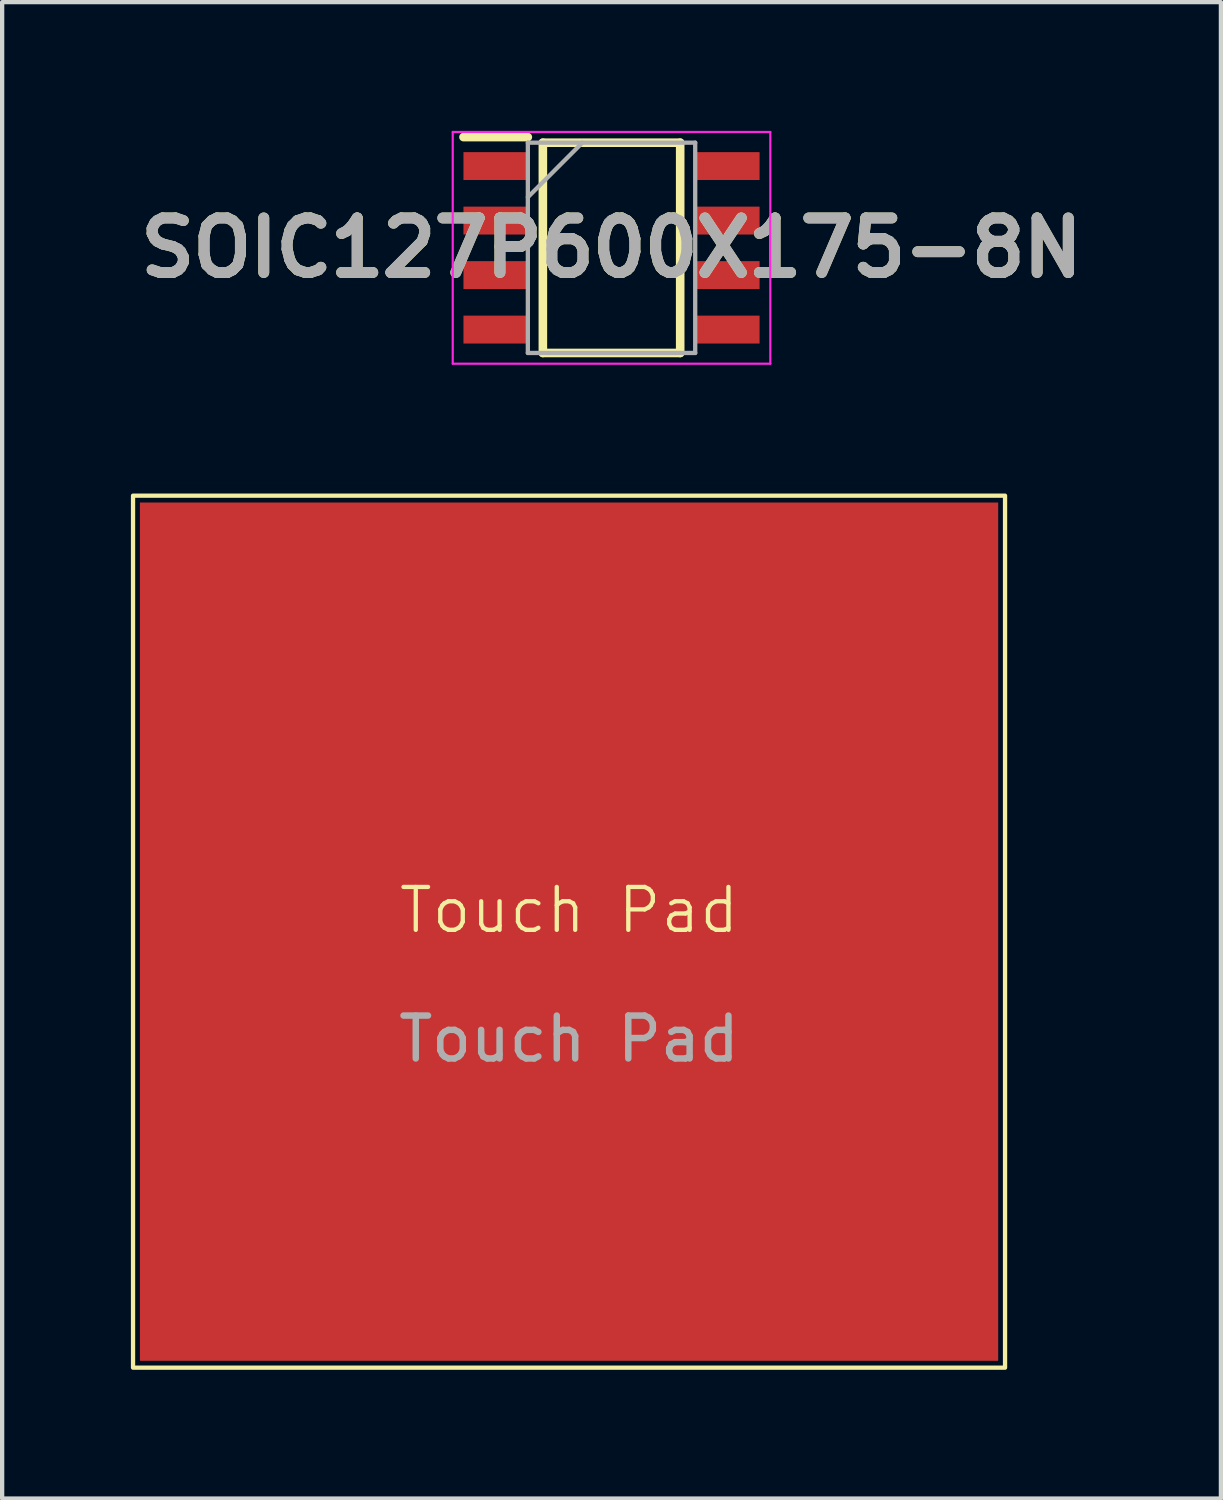
<source format=kicad_pcb>
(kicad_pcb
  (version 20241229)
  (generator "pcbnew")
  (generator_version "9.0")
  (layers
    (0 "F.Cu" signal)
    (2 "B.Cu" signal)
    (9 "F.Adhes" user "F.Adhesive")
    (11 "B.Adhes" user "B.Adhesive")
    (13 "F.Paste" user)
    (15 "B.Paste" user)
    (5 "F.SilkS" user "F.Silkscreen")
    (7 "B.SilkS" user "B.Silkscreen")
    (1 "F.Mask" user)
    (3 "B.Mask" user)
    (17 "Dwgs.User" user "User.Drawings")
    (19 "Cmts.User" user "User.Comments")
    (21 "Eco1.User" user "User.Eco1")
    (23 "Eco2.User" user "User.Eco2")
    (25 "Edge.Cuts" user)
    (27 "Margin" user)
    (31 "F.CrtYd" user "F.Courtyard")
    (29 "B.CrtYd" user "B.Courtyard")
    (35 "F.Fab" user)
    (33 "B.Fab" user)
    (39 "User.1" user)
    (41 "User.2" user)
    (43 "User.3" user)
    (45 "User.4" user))
  (footprint "Touch Pad"
    (layer "F.Cu")
    (at 10.21 18.66)
    (property "Reference" "Touch Pad" (at 0 -0.5 0) (unlocked yes) (layer "F.SilkS") (effects (font (size 1 1) (thickness 0.1))))
    (attr smd)
    (fp_rect (start -10.16 -10.16) (end 10.16 10.16) (stroke (width 0.1) (type default)) (fill no) (layer "F.SilkS"))
    (fp_text user "${REFERENCE}" (at 0 2.5 0) (unlocked yes) (layer "F.Fab") (effects (font (size 1 1) (thickness 0.15))))
    (pad "Touch Pad1" smd rect (at 0 0) (size 20 20) (layers "F.Cu" "F.Mask" "F.Paste")))
  (footprint "SOIC127P600X175-8N"
    (layer "F.Cu")
    (at 11.2 2.725)
    (property "Reference" "SOIC127P600X175-8N" (at 0 0 0) (layer "F.SilkS") (effects (font (size 1.27 1.27) (thickness 0.254))))
    (attr smd)
    (fp_line (start -3.45 -2.58) (end -1.95 -2.58) (stroke (width 0.2) (type solid)) (layer "F.SilkS"))
    (fp_line (start -1.6 -2.45) (end 1.6 -2.45) (stroke (width 0.2) (type solid)) (layer "F.SilkS"))
    (fp_line (start -1.6 2.45) (end -1.6 -2.45) (stroke (width 0.2) (type solid)) (layer "F.SilkS"))
    (fp_line (start 1.6 -2.45) (end 1.6 2.45) (stroke (width 0.2) (type solid)) (layer "F.SilkS"))
    (fp_line (start 1.6 2.45) (end -1.6 2.45) (stroke (width 0.2) (type solid)) (layer "F.SilkS"))
    (fp_line (start -3.7 -2.7) (end 3.7 -2.7) (stroke (width 0.05) (type solid)) (layer "F.CrtYd"))
    (fp_line (start -3.7 2.7) (end -3.7 -2.7) (stroke (width 0.05) (type solid)) (layer "F.CrtYd"))
    (fp_line (start 3.7 -2.7) (end 3.7 2.7) (stroke (width 0.05) (type solid)) (layer "F.CrtYd"))
    (fp_line (start 3.7 2.7) (end -3.7 2.7) (stroke (width 0.05) (type solid)) (layer "F.CrtYd"))
    (fp_line (start -1.95 -2.45) (end 1.95 -2.45) (stroke (width 0.1) (type solid)) (layer "F.Fab"))
    (fp_line (start -1.95 -1.18) (end -0.68 -2.45) (stroke (width 0.1) (type solid)) (layer "F.Fab"))
    (fp_line (start -1.95 2.45) (end -1.95 -2.45) (stroke (width 0.1) (type solid)) (layer "F.Fab"))
    (fp_line (start 1.95 -2.45) (end 1.95 2.45) (stroke (width 0.1) (type solid)) (layer "F.Fab"))
    (fp_line (start 1.95 2.45) (end -1.95 2.45) (stroke (width 0.1) (type solid)) (layer "F.Fab"))
    (fp_text user "${REFERENCE}" (at 0 0 0) (layer "F.Fab") (effects (font (size 1.27 1.27) (thickness 0.254))))
    (pad "1" smd rect (at -2.7 -1.905 90) (size 0.65 1.5) (layers "F.Cu" "F.Mask" "F.Paste"))
    (pad "2" smd rect (at -2.7 -0.635 90) (size 0.65 1.5) (layers "F.Cu" "F.Mask" "F.Paste"))
    (pad "3" smd rect (at -2.7 0.635 90) (size 0.65 1.5) (layers "F.Cu" "F.Mask" "F.Paste"))
    (pad "4" smd rect (at -2.7 1.905 90) (size 0.65 1.5) (layers "F.Cu" "F.Mask" "F.Paste"))
    (pad "5" smd rect (at 2.7 1.905 90) (size 0.65 1.5) (layers "F.Cu" "F.Mask" "F.Paste"))
    (pad "6" smd rect (at 2.7 0.635 90) (size 0.65 1.5) (layers "F.Cu" "F.Mask" "F.Paste"))
    (pad "7" smd rect (at 2.7 -0.635 90) (size 0.65 1.5) (layers "F.Cu" "F.Mask" "F.Paste"))
    (pad "8" smd rect (at 2.7 -1.905 90) (size 0.65 1.5) (layers "F.Cu" "F.Mask" "F.Paste")))
  (gr_rect
    (start -3 -3)
    (end 25.4 31.87)
    (stroke (width 0.1) (type default))
    (fill no)
    (layer "Edge.Cuts")))
</source>
